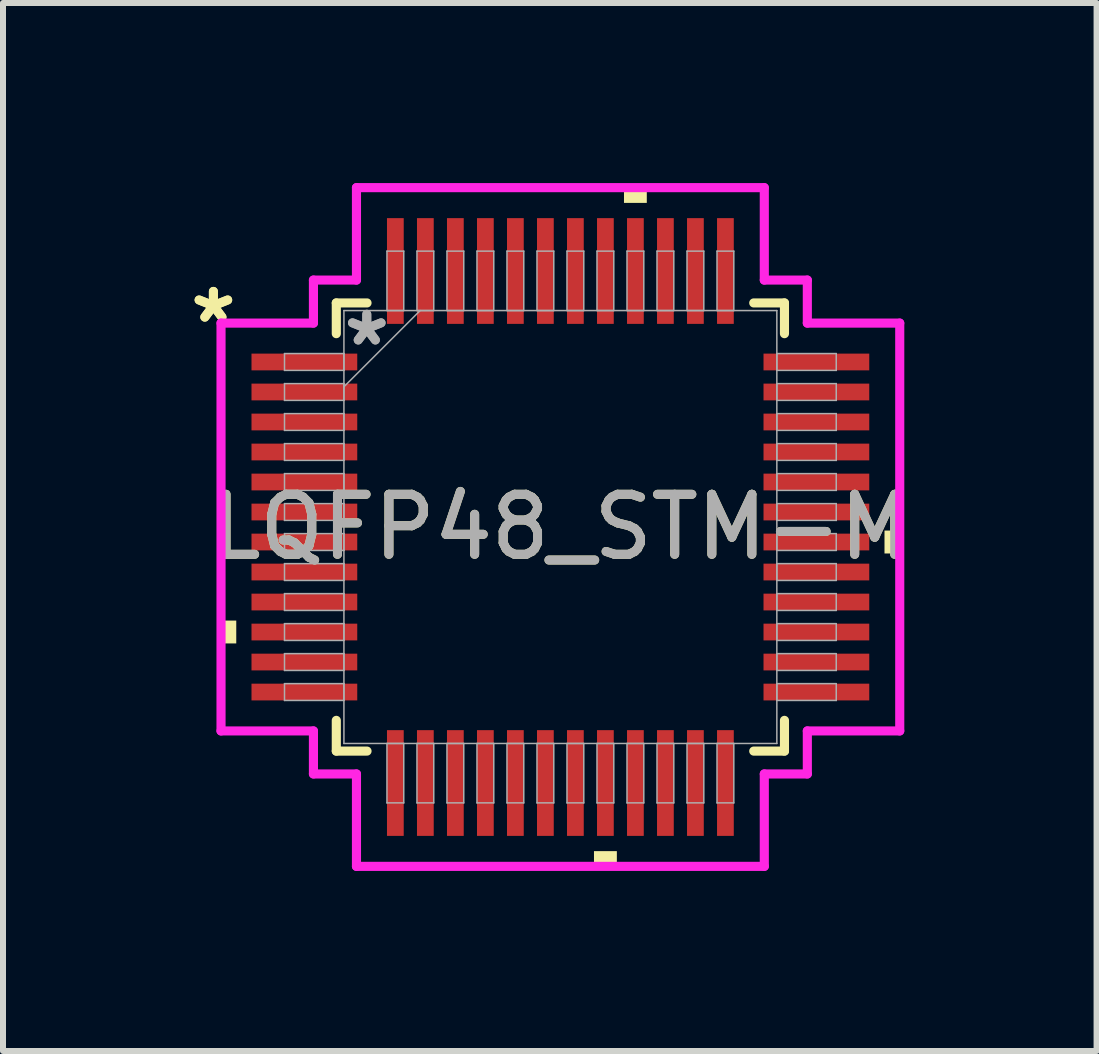
<source format=kicad_pcb>
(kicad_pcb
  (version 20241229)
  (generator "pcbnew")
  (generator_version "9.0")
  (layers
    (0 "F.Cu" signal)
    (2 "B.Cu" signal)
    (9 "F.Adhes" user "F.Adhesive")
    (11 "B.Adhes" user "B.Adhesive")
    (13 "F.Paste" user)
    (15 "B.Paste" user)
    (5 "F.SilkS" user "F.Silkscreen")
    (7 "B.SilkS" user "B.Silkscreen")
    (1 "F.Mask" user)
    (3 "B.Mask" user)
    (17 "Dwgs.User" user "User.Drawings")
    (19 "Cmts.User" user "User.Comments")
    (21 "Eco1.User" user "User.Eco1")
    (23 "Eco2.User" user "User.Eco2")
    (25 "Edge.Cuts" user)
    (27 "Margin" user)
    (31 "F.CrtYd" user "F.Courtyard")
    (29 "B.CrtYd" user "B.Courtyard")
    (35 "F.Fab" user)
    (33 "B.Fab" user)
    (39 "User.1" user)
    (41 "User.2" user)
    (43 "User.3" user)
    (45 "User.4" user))
  (footprint "LQFP48_STM-M"
    (layer "F.Cu")
    (at 6.288 5.732)
    (property "Reference" "LQFP48_STM-M" (at 0 0 0) (unlocked yes) (layer "F.SilkS") (effects (font (size 1 1) (thickness 0.15))))
    (attr smd)
    (fp_line (start -3.734 -3.734) (end -3.734 -3.222) (stroke (width 0.152) (type solid)) (layer "F.SilkS"))
    (fp_line (start -3.734 3.222) (end -3.734 3.734) (stroke (width 0.152) (type solid)) (layer "F.SilkS"))
    (fp_line (start -3.734 3.734) (end -3.222 3.734) (stroke (width 0.152) (type solid)) (layer "F.SilkS"))
    (fp_line (start -3.222 -3.734) (end -3.734 -3.734) (stroke (width 0.152) (type solid)) (layer "F.SilkS"))
    (fp_line (start 3.222 3.734) (end 3.734 3.734) (stroke (width 0.152) (type solid)) (layer "F.SilkS"))
    (fp_line (start 3.734 -3.734) (end 3.222 -3.734) (stroke (width 0.152) (type solid)) (layer "F.SilkS"))
    (fp_line (start 3.734 -3.222) (end 3.734 -3.734) (stroke (width 0.152) (type solid)) (layer "F.SilkS"))
    (fp_line (start 3.734 3.734) (end 3.734 3.222) (stroke (width 0.152) (type solid)) (layer "F.SilkS"))
    (fp_poly (pts (xy -5.655 1.559) (xy -5.655 1.94) (xy -5.401 1.94) (xy -5.401 1.559)) (stroke (width 0) (type solid)) (fill yes) (layer "F.SilkS"))
    (fp_poly (pts (xy 0.56 5.401) (xy 0.56 5.655) (xy 0.941 5.655) (xy 0.941 5.401)) (stroke (width 0) (type solid)) (fill yes) (layer "F.SilkS"))
    (fp_poly (pts (xy 1.06 -5.401) (xy 1.06 -5.655) (xy 1.44 -5.655) (xy 1.44 -5.401)) (stroke (width 0) (type solid)) (fill yes) (layer "F.SilkS"))
    (fp_poly (pts (xy 5.655 0.059) (xy 5.655 0.441) (xy 5.401 0.441) (xy 5.401 0.059)) (stroke (width 0) (type solid)) (fill yes) (layer "F.SilkS"))
    (fp_line (start -5.655 -3.398) (end -4.115 -3.398) (stroke (width 0.152) (type solid)) (layer "F.CrtYd"))
    (fp_line (start -5.655 3.398) (end -5.655 -3.398) (stroke (width 0.152) (type solid)) (layer "F.CrtYd"))
    (fp_line (start -4.115 -4.115) (end -3.398 -4.115) (stroke (width 0.152) (type solid)) (layer "F.CrtYd"))
    (fp_line (start -4.115 -3.398) (end -4.115 -4.115) (stroke (width 0.152) (type solid)) (layer "F.CrtYd"))
    (fp_line (start -4.115 3.398) (end -5.655 3.398) (stroke (width 0.152) (type solid)) (layer "F.CrtYd"))
    (fp_line (start -4.115 4.115) (end -4.115 3.398) (stroke (width 0.152) (type solid)) (layer "F.CrtYd"))
    (fp_line (start -4.115 4.115) (end -3.398 4.115) (stroke (width 0.152) (type solid)) (layer "F.CrtYd"))
    (fp_line (start -3.398 -5.655) (end 3.398 -5.655) (stroke (width 0.152) (type solid)) (layer "F.CrtYd"))
    (fp_line (start -3.398 -4.115) (end -3.398 -5.655) (stroke (width 0.152) (type solid)) (layer "F.CrtYd"))
    (fp_line (start -3.398 4.115) (end -3.398 5.655) (stroke (width 0.152) (type solid)) (layer "F.CrtYd"))
    (fp_line (start -3.398 5.655) (end 3.398 5.655) (stroke (width 0.152) (type solid)) (layer "F.CrtYd"))
    (fp_line (start 3.398 -5.655) (end 3.398 -4.115) (stroke (width 0.152) (type solid)) (layer "F.CrtYd"))
    (fp_line (start 3.398 -4.115) (end 4.115 -4.115) (stroke (width 0.152) (type solid)) (layer "F.CrtYd"))
    (fp_line (start 3.398 4.115) (end 4.115 4.115) (stroke (width 0.152) (type solid)) (layer "F.CrtYd"))
    (fp_line (start 3.398 5.655) (end 3.398 4.115) (stroke (width 0.152) (type solid)) (layer "F.CrtYd"))
    (fp_line (start 4.115 -3.398) (end 4.115 -4.115) (stroke (width 0.152) (type solid)) (layer "F.CrtYd"))
    (fp_line (start 4.115 3.398) (end 5.655 3.398) (stroke (width 0.152) (type solid)) (layer "F.CrtYd"))
    (fp_line (start 4.115 4.115) (end 4.115 3.398) (stroke (width 0.152) (type solid)) (layer "F.CrtYd"))
    (fp_line (start 5.655 -3.398) (end 4.115 -3.398) (stroke (width 0.152) (type solid)) (layer "F.CrtYd"))
    (fp_line (start 5.655 3.398) (end 5.655 -3.398) (stroke (width 0.152) (type solid)) (layer "F.CrtYd"))
    (fp_line (start -4.597 -2.89) (end -4.597 -2.61) (stroke (width 0.025) (type solid)) (layer "F.Fab"))
    (fp_line (start -4.597 -2.61) (end -3.607 -2.61) (stroke (width 0.025) (type solid)) (layer "F.Fab"))
    (fp_line (start -4.597 -2.39) (end -4.597 -2.11) (stroke (width 0.025) (type solid)) (layer "F.Fab"))
    (fp_line (start -4.597 -2.11) (end -3.607 -2.11) (stroke (width 0.025) (type solid)) (layer "F.Fab"))
    (fp_line (start -4.597 -1.89) (end -4.597 -1.61) (stroke (width 0.025) (type solid)) (layer "F.Fab"))
    (fp_line (start -4.597 -1.61) (end -3.607 -1.61) (stroke (width 0.025) (type solid)) (layer "F.Fab"))
    (fp_line (start -4.597 -1.39) (end -4.597 -1.11) (stroke (width 0.025) (type solid)) (layer "F.Fab"))
    (fp_line (start -4.597 -1.11) (end -3.607 -1.11) (stroke (width 0.025) (type solid)) (layer "F.Fab"))
    (fp_line (start -4.597 -0.89) (end -4.597 -0.61) (stroke (width 0.025) (type solid)) (layer "F.Fab"))
    (fp_line (start -4.597 -0.61) (end -3.607 -0.61) (stroke (width 0.025) (type solid)) (layer "F.Fab"))
    (fp_line (start -4.597 -0.39) (end -4.597 -0.11) (stroke (width 0.025) (type solid)) (layer "F.Fab"))
    (fp_line (start -4.597 -0.11) (end -3.607 -0.11) (stroke (width 0.025) (type solid)) (layer "F.Fab"))
    (fp_line (start -4.597 0.11) (end -4.597 0.39) (stroke (width 0.025) (type solid)) (layer "F.Fab"))
    (fp_line (start -4.597 0.39) (end -3.607 0.39) (stroke (width 0.025) (type solid)) (layer "F.Fab"))
    (fp_line (start -4.597 0.61) (end -4.597 0.89) (stroke (width 0.025) (type solid)) (layer "F.Fab"))
    (fp_line (start -4.597 0.89) (end -3.607 0.89) (stroke (width 0.025) (type solid)) (layer "F.Fab"))
    (fp_line (start -4.597 1.11) (end -4.597 1.39) (stroke (width 0.025) (type solid)) (layer "F.Fab"))
    (fp_line (start -4.597 1.39) (end -3.607 1.39) (stroke (width 0.025) (type solid)) (layer "F.Fab"))
    (fp_line (start -4.597 1.61) (end -4.597 1.89) (stroke (width 0.025) (type solid)) (layer "F.Fab"))
    (fp_line (start -4.597 1.89) (end -3.607 1.89) (stroke (width 0.025) (type solid)) (layer "F.Fab"))
    (fp_line (start -4.597 2.11) (end -4.597 2.39) (stroke (width 0.025) (type solid)) (layer "F.Fab"))
    (fp_line (start -4.597 2.39) (end -3.607 2.39) (stroke (width 0.025) (type solid)) (layer "F.Fab"))
    (fp_line (start -4.597 2.61) (end -4.597 2.89) (stroke (width 0.025) (type solid)) (layer "F.Fab"))
    (fp_line (start -4.597 2.89) (end -3.607 2.89) (stroke (width 0.025) (type solid)) (layer "F.Fab"))
    (fp_line (start -3.607 -3.607) (end -3.607 3.607) (stroke (width 0.025) (type solid)) (layer "F.Fab"))
    (fp_line (start -3.607 -2.89) (end -4.597 -2.89) (stroke (width 0.025) (type solid)) (layer "F.Fab"))
    (fp_line (start -3.607 -2.61) (end -3.607 -2.89) (stroke (width 0.025) (type solid)) (layer "F.Fab"))
    (fp_line (start -3.607 -2.39) (end -4.597 -2.39) (stroke (width 0.025) (type solid)) (layer "F.Fab"))
    (fp_line (start -3.607 -2.337) (end -2.337 -3.607) (stroke (width 0.025) (type solid)) (layer "F.Fab"))
    (fp_line (start -3.607 -2.11) (end -3.607 -2.39) (stroke (width 0.025) (type solid)) (layer "F.Fab"))
    (fp_line (start -3.607 -1.89) (end -4.597 -1.89) (stroke (width 0.025) (type solid)) (layer "F.Fab"))
    (fp_line (start -3.607 -1.61) (end -3.607 -1.89) (stroke (width 0.025) (type solid)) (layer "F.Fab"))
    (fp_line (start -3.607 -1.39) (end -4.597 -1.39) (stroke (width 0.025) (type solid)) (layer "F.Fab"))
    (fp_line (start -3.607 -1.11) (end -3.607 -1.39) (stroke (width 0.025) (type solid)) (layer "F.Fab"))
    (fp_line (start -3.607 -0.89) (end -4.597 -0.89) (stroke (width 0.025) (type solid)) (layer "F.Fab"))
    (fp_line (start -3.607 -0.61) (end -3.607 -0.89) (stroke (width 0.025) (type solid)) (layer "F.Fab"))
    (fp_line (start -3.607 -0.39) (end -4.597 -0.39) (stroke (width 0.025) (type solid)) (layer "F.Fab"))
    (fp_line (start -3.607 -0.11) (end -3.607 -0.39) (stroke (width 0.025) (type solid)) (layer "F.Fab"))
    (fp_line (start -3.607 0.11) (end -4.597 0.11) (stroke (width 0.025) (type solid)) (layer "F.Fab"))
    (fp_line (start -3.607 0.39) (end -3.607 0.11) (stroke (width 0.025) (type solid)) (layer "F.Fab"))
    (fp_line (start -3.607 0.61) (end -4.597 0.61) (stroke (width 0.025) (type solid)) (layer "F.Fab"))
    (fp_line (start -3.607 0.89) (end -3.607 0.61) (stroke (width 0.025) (type solid)) (layer "F.Fab"))
    (fp_line (start -3.607 1.11) (end -4.597 1.11) (stroke (width 0.025) (type solid)) (layer "F.Fab"))
    (fp_line (start -3.607 1.39) (end -3.607 1.11) (stroke (width 0.025) (type solid)) (layer "F.Fab"))
    (fp_line (start -3.607 1.61) (end -4.597 1.61) (stroke (width 0.025) (type solid)) (layer "F.Fab"))
    (fp_line (start -3.607 1.89) (end -3.607 1.61) (stroke (width 0.025) (type solid)) (layer "F.Fab"))
    (fp_line (start -3.607 2.11) (end -4.597 2.11) (stroke (width 0.025) (type solid)) (layer "F.Fab"))
    (fp_line (start -3.607 2.39) (end -3.607 2.11) (stroke (width 0.025) (type solid)) (layer "F.Fab"))
    (fp_line (start -3.607 2.61) (end -4.597 2.61) (stroke (width 0.025) (type solid)) (layer "F.Fab"))
    (fp_line (start -3.607 2.89) (end -3.607 2.61) (stroke (width 0.025) (type solid)) (layer "F.Fab"))
    (fp_line (start -3.607 3.607) (end 3.607 3.607) (stroke (width 0.025) (type solid)) (layer "F.Fab"))
    (fp_line (start -2.89 -4.597) (end -2.89 -3.607) (stroke (width 0.025) (type solid)) (layer "F.Fab"))
    (fp_line (start -2.89 -3.607) (end -2.61 -3.607) (stroke (width 0.025) (type solid)) (layer "F.Fab"))
    (fp_line (start -2.89 3.607) (end -2.89 4.597) (stroke (width 0.025) (type solid)) (layer "F.Fab"))
    (fp_line (start -2.89 4.597) (end -2.61 4.597) (stroke (width 0.025) (type solid)) (layer "F.Fab"))
    (fp_line (start -2.61 -4.597) (end -2.89 -4.597) (stroke (width 0.025) (type solid)) (layer "F.Fab"))
    (fp_line (start -2.61 -3.607) (end -2.61 -4.597) (stroke (width 0.025) (type solid)) (layer "F.Fab"))
    (fp_line (start -2.61 3.607) (end -2.89 3.607) (stroke (width 0.025) (type solid)) (layer "F.Fab"))
    (fp_line (start -2.61 4.597) (end -2.61 3.607) (stroke (width 0.025) (type solid)) (layer "F.Fab"))
    (fp_line (start -2.39 -4.597) (end -2.39 -3.607) (stroke (width 0.025) (type solid)) (layer "F.Fab"))
    (fp_line (start -2.39 -3.607) (end -2.11 -3.607) (stroke (width 0.025) (type solid)) (layer "F.Fab"))
    (fp_line (start -2.39 3.607) (end -2.39 4.597) (stroke (width 0.025) (type solid)) (layer "F.Fab"))
    (fp_line (start -2.39 4.597) (end -2.11 4.597) (stroke (width 0.025) (type solid)) (layer "F.Fab"))
    (fp_line (start -2.11 -4.597) (end -2.39 -4.597) (stroke (width 0.025) (type solid)) (layer "F.Fab"))
    (fp_line (start -2.11 -3.607) (end -2.11 -4.597) (stroke (width 0.025) (type solid)) (layer "F.Fab"))
    (fp_line (start -2.11 3.607) (end -2.39 3.607) (stroke (width 0.025) (type solid)) (layer "F.Fab"))
    (fp_line (start -2.11 4.597) (end -2.11 3.607) (stroke (width 0.025) (type solid)) (layer "F.Fab"))
    (fp_line (start -1.89 -4.597) (end -1.89 -3.607) (stroke (width 0.025) (type solid)) (layer "F.Fab"))
    (fp_line (start -1.89 -3.607) (end -1.61 -3.607) (stroke (width 0.025) (type solid)) (layer "F.Fab"))
    (fp_line (start -1.89 3.607) (end -1.89 4.597) (stroke (width 0.025) (type solid)) (layer "F.Fab"))
    (fp_line (start -1.89 4.597) (end -1.61 4.597) (stroke (width 0.025) (type solid)) (layer "F.Fab"))
    (fp_line (start -1.61 -4.597) (end -1.89 -4.597) (stroke (width 0.025) (type solid)) (layer "F.Fab"))
    (fp_line (start -1.61 -3.607) (end -1.61 -4.597) (stroke (width 0.025) (type solid)) (layer "F.Fab"))
    (fp_line (start -1.61 3.607) (end -1.89 3.607) (stroke (width 0.025) (type solid)) (layer "F.Fab"))
    (fp_line (start -1.61 4.597) (end -1.61 3.607) (stroke (width 0.025) (type solid)) (layer "F.Fab"))
    (fp_line (start -1.39 -4.597) (end -1.39 -3.607) (stroke (width 0.025) (type solid)) (layer "F.Fab"))
    (fp_line (start -1.39 -3.607) (end -1.11 -3.607) (stroke (width 0.025) (type solid)) (layer "F.Fab"))
    (fp_line (start -1.39 3.607) (end -1.39 4.597) (stroke (width 0.025) (type solid)) (layer "F.Fab"))
    (fp_line (start -1.39 4.597) (end -1.11 4.597) (stroke (width 0.025) (type solid)) (layer "F.Fab"))
    (fp_line (start -1.11 -4.597) (end -1.39 -4.597) (stroke (width 0.025) (type solid)) (layer "F.Fab"))
    (fp_line (start -1.11 -3.607) (end -1.11 -4.597) (stroke (width 0.025) (type solid)) (layer "F.Fab"))
    (fp_line (start -1.11 3.607) (end -1.39 3.607) (stroke (width 0.025) (type solid)) (layer "F.Fab"))
    (fp_line (start -1.11 4.597) (end -1.11 3.607) (stroke (width 0.025) (type solid)) (layer "F.Fab"))
    (fp_line (start -0.89 -4.597) (end -0.89 -3.607) (stroke (width 0.025) (type solid)) (layer "F.Fab"))
    (fp_line (start -0.89 -3.607) (end -0.61 -3.607) (stroke (width 0.025) (type solid)) (layer "F.Fab"))
    (fp_line (start -0.89 3.607) (end -0.89 4.597) (stroke (width 0.025) (type solid)) (layer "F.Fab"))
    (fp_line (start -0.89 4.597) (end -0.61 4.597) (stroke (width 0.025) (type solid)) (layer "F.Fab"))
    (fp_line (start -0.61 -4.597) (end -0.89 -4.597) (stroke (width 0.025) (type solid)) (layer "F.Fab"))
    (fp_line (start -0.61 -3.607) (end -0.61 -4.597) (stroke (width 0.025) (type solid)) (layer "F.Fab"))
    (fp_line (start -0.61 3.607) (end -0.89 3.607) (stroke (width 0.025) (type solid)) (layer "F.Fab"))
    (fp_line (start -0.61 4.597) (end -0.61 3.607) (stroke (width 0.025) (type solid)) (layer "F.Fab"))
    (fp_line (start -0.39 -4.597) (end -0.39 -3.607) (stroke (width 0.025) (type solid)) (layer "F.Fab"))
    (fp_line (start -0.39 -3.607) (end -0.11 -3.607) (stroke (width 0.025) (type solid)) (layer "F.Fab"))
    (fp_line (start -0.39 3.607) (end -0.39 4.597) (stroke (width 0.025) (type solid)) (layer "F.Fab"))
    (fp_line (start -0.39 4.597) (end -0.11 4.597) (stroke (width 0.025) (type solid)) (layer "F.Fab"))
    (fp_line (start -0.11 -4.597) (end -0.39 -4.597) (stroke (width 0.025) (type solid)) (layer "F.Fab"))
    (fp_line (start -0.11 -3.607) (end -0.11 -4.597) (stroke (width 0.025) (type solid)) (layer "F.Fab"))
    (fp_line (start -0.11 3.607) (end -0.39 3.607) (stroke (width 0.025) (type solid)) (layer "F.Fab"))
    (fp_line (start -0.11 4.597) (end -0.11 3.607) (stroke (width 0.025) (type solid)) (layer "F.Fab"))
    (fp_line (start 0.11 -4.597) (end 0.11 -3.607) (stroke (width 0.025) (type solid)) (layer "F.Fab"))
    (fp_line (start 0.11 -3.607) (end 0.39 -3.607) (stroke (width 0.025) (type solid)) (layer "F.Fab"))
    (fp_line (start 0.11 3.607) (end 0.11 4.597) (stroke (width 0.025) (type solid)) (layer "F.Fab"))
    (fp_line (start 0.11 4.597) (end 0.39 4.597) (stroke (width 0.025) (type solid)) (layer "F.Fab"))
    (fp_line (start 0.39 -4.597) (end 0.11 -4.597) (stroke (width 0.025) (type solid)) (layer "F.Fab"))
    (fp_line (start 0.39 -3.607) (end 0.39 -4.597) (stroke (width 0.025) (type solid)) (layer "F.Fab"))
    (fp_line (start 0.39 3.607) (end 0.11 3.607) (stroke (width 0.025) (type solid)) (layer "F.Fab"))
    (fp_line (start 0.39 4.597) (end 0.39 3.607) (stroke (width 0.025) (type solid)) (layer "F.Fab"))
    (fp_line (start 0.61 -4.597) (end 0.61 -3.607) (stroke (width 0.025) (type solid)) (layer "F.Fab"))
    (fp_line (start 0.61 -3.607) (end 0.89 -3.607) (stroke (width 0.025) (type solid)) (layer "F.Fab"))
    (fp_line (start 0.61 3.607) (end 0.61 4.597) (stroke (width 0.025) (type solid)) (layer "F.Fab"))
    (fp_line (start 0.61 4.597) (end 0.89 4.597) (stroke (width 0.025) (type solid)) (layer "F.Fab"))
    (fp_line (start 0.89 -4.597) (end 0.61 -4.597) (stroke (width 0.025) (type solid)) (layer "F.Fab"))
    (fp_line (start 0.89 -3.607) (end 0.89 -4.597) (stroke (width 0.025) (type solid)) (layer "F.Fab"))
    (fp_line (start 0.89 3.607) (end 0.61 3.607) (stroke (width 0.025) (type solid)) (layer "F.Fab"))
    (fp_line (start 0.89 4.597) (end 0.89 3.607) (stroke (width 0.025) (type solid)) (layer "F.Fab"))
    (fp_line (start 1.11 -4.597) (end 1.11 -3.607) (stroke (width 0.025) (type solid)) (layer "F.Fab"))
    (fp_line (start 1.11 -3.607) (end 1.39 -3.607) (stroke (width 0.025) (type solid)) (layer "F.Fab"))
    (fp_line (start 1.11 3.607) (end 1.11 4.597) (stroke (width 0.025) (type solid)) (layer "F.Fab"))
    (fp_line (start 1.11 4.597) (end 1.39 4.597) (stroke (width 0.025) (type solid)) (layer "F.Fab"))
    (fp_line (start 1.39 -4.597) (end 1.11 -4.597) (stroke (width 0.025) (type solid)) (layer "F.Fab"))
    (fp_line (start 1.39 -3.607) (end 1.39 -4.597) (stroke (width 0.025) (type solid)) (layer "F.Fab"))
    (fp_line (start 1.39 3.607) (end 1.11 3.607) (stroke (width 0.025) (type solid)) (layer "F.Fab"))
    (fp_line (start 1.39 4.597) (end 1.39 3.607) (stroke (width 0.025) (type solid)) (layer "F.Fab"))
    (fp_line (start 1.61 -4.597) (end 1.61 -3.607) (stroke (width 0.025) (type solid)) (layer "F.Fab"))
    (fp_line (start 1.61 -3.607) (end 1.89 -3.607) (stroke (width 0.025) (type solid)) (layer "F.Fab"))
    (fp_line (start 1.61 3.607) (end 1.61 4.597) (stroke (width 0.025) (type solid)) (layer "F.Fab"))
    (fp_line (start 1.61 4.597) (end 1.89 4.597) (stroke (width 0.025) (type solid)) (layer "F.Fab"))
    (fp_line (start 1.89 -4.597) (end 1.61 -4.597) (stroke (width 0.025) (type solid)) (layer "F.Fab"))
    (fp_line (start 1.89 -3.607) (end 1.89 -4.597) (stroke (width 0.025) (type solid)) (layer "F.Fab"))
    (fp_line (start 1.89 3.607) (end 1.61 3.607) (stroke (width 0.025) (type solid)) (layer "F.Fab"))
    (fp_line (start 1.89 4.597) (end 1.89 3.607) (stroke (width 0.025) (type solid)) (layer "F.Fab"))
    (fp_line (start 2.11 -4.597) (end 2.11 -3.607) (stroke (width 0.025) (type solid)) (layer "F.Fab"))
    (fp_line (start 2.11 -3.607) (end 2.39 -3.607) (stroke (width 0.025) (type solid)) (layer "F.Fab"))
    (fp_line (start 2.11 3.607) (end 2.11 4.597) (stroke (width 0.025) (type solid)) (layer "F.Fab"))
    (fp_line (start 2.11 4.597) (end 2.39 4.597) (stroke (width 0.025) (type solid)) (layer "F.Fab"))
    (fp_line (start 2.39 -4.597) (end 2.11 -4.597) (stroke (width 0.025) (type solid)) (layer "F.Fab"))
    (fp_line (start 2.39 -3.607) (end 2.39 -4.597) (stroke (width 0.025) (type solid)) (layer "F.Fab"))
    (fp_line (start 2.39 3.607) (end 2.11 3.607) (stroke (width 0.025) (type solid)) (layer "F.Fab"))
    (fp_line (start 2.39 4.597) (end 2.39 3.607) (stroke (width 0.025) (type solid)) (layer "F.Fab"))
    (fp_line (start 2.61 -4.597) (end 2.61 -3.607) (stroke (width 0.025) (type solid)) (layer "F.Fab"))
    (fp_line (start 2.61 -3.607) (end 2.89 -3.607) (stroke (width 0.025) (type solid)) (layer "F.Fab"))
    (fp_line (start 2.61 3.607) (end 2.61 4.597) (stroke (width 0.025) (type solid)) (layer "F.Fab"))
    (fp_line (start 2.61 4.597) (end 2.89 4.597) (stroke (width 0.025) (type solid)) (layer "F.Fab"))
    (fp_line (start 2.89 -4.597) (end 2.61 -4.597) (stroke (width 0.025) (type solid)) (layer "F.Fab"))
    (fp_line (start 2.89 -3.607) (end 2.89 -4.597) (stroke (width 0.025) (type solid)) (layer "F.Fab"))
    (fp_line (start 2.89 3.607) (end 2.61 3.607) (stroke (width 0.025) (type solid)) (layer "F.Fab"))
    (fp_line (start 2.89 4.597) (end 2.89 3.607) (stroke (width 0.025) (type solid)) (layer "F.Fab"))
    (fp_line (start 3.607 -3.607) (end -3.607 -3.607) (stroke (width 0.025) (type solid)) (layer "F.Fab"))
    (fp_line (start 3.607 -2.89) (end 3.607 -2.61) (stroke (width 0.025) (type solid)) (layer "F.Fab"))
    (fp_line (start 3.607 -2.61) (end 4.597 -2.61) (stroke (width 0.025) (type solid)) (layer "F.Fab"))
    (fp_line (start 3.607 -2.39) (end 3.607 -2.11) (stroke (width 0.025) (type solid)) (layer "F.Fab"))
    (fp_line (start 3.607 -2.11) (end 4.597 -2.11) (stroke (width 0.025) (type solid)) (layer "F.Fab"))
    (fp_line (start 3.607 -1.89) (end 3.607 -1.61) (stroke (width 0.025) (type solid)) (layer "F.Fab"))
    (fp_line (start 3.607 -1.61) (end 4.597 -1.61) (stroke (width 0.025) (type solid)) (layer "F.Fab"))
    (fp_line (start 3.607 -1.39) (end 3.607 -1.11) (stroke (width 0.025) (type solid)) (layer "F.Fab"))
    (fp_line (start 3.607 -1.11) (end 4.597 -1.11) (stroke (width 0.025) (type solid)) (layer "F.Fab"))
    (fp_line (start 3.607 -0.89) (end 3.607 -0.61) (stroke (width 0.025) (type solid)) (layer "F.Fab"))
    (fp_line (start 3.607 -0.61) (end 4.597 -0.61) (stroke (width 0.025) (type solid)) (layer "F.Fab"))
    (fp_line (start 3.607 -0.39) (end 3.607 -0.11) (stroke (width 0.025) (type solid)) (layer "F.Fab"))
    (fp_line (start 3.607 -0.11) (end 4.597 -0.11) (stroke (width 0.025) (type solid)) (layer "F.Fab"))
    (fp_line (start 3.607 0.11) (end 3.607 0.39) (stroke (width 0.025) (type solid)) (layer "F.Fab"))
    (fp_line (start 3.607 0.39) (end 4.597 0.39) (stroke (width 0.025) (type solid)) (layer "F.Fab"))
    (fp_line (start 3.607 0.61) (end 3.607 0.89) (stroke (width 0.025) (type solid)) (layer "F.Fab"))
    (fp_line (start 3.607 0.89) (end 4.597 0.89) (stroke (width 0.025) (type solid)) (layer "F.Fab"))
    (fp_line (start 3.607 1.11) (end 3.607 1.39) (stroke (width 0.025) (type solid)) (layer "F.Fab"))
    (fp_line (start 3.607 1.39) (end 4.597 1.39) (stroke (width 0.025) (type solid)) (layer "F.Fab"))
    (fp_line (start 3.607 1.61) (end 3.607 1.89) (stroke (width 0.025) (type solid)) (layer "F.Fab"))
    (fp_line (start 3.607 1.89) (end 4.597 1.89) (stroke (width 0.025) (type solid)) (layer "F.Fab"))
    (fp_line (start 3.607 2.11) (end 3.607 2.39) (stroke (width 0.025) (type solid)) (layer "F.Fab"))
    (fp_line (start 3.607 2.39) (end 4.597 2.39) (stroke (width 0.025) (type solid)) (layer "F.Fab"))
    (fp_line (start 3.607 2.61) (end 3.607 2.89) (stroke (width 0.025) (type solid)) (layer "F.Fab"))
    (fp_line (start 3.607 2.89) (end 4.597 2.89) (stroke (width 0.025) (type solid)) (layer "F.Fab"))
    (fp_line (start 3.607 3.607) (end 3.607 -3.607) (stroke (width 0.025) (type solid)) (layer "F.Fab"))
    (fp_line (start 4.597 -2.89) (end 3.607 -2.89) (stroke (width 0.025) (type solid)) (layer "F.Fab"))
    (fp_line (start 4.597 -2.61) (end 4.597 -2.89) (stroke (width 0.025) (type solid)) (layer "F.Fab"))
    (fp_line (start 4.597 -2.39) (end 3.607 -2.39) (stroke (width 0.025) (type solid)) (layer "F.Fab"))
    (fp_line (start 4.597 -2.11) (end 4.597 -2.39) (stroke (width 0.025) (type solid)) (layer "F.Fab"))
    (fp_line (start 4.597 -1.89) (end 3.607 -1.89) (stroke (width 0.025) (type solid)) (layer "F.Fab"))
    (fp_line (start 4.597 -1.61) (end 4.597 -1.89) (stroke (width 0.025) (type solid)) (layer "F.Fab"))
    (fp_line (start 4.597 -1.39) (end 3.607 -1.39) (stroke (width 0.025) (type solid)) (layer "F.Fab"))
    (fp_line (start 4.597 -1.11) (end 4.597 -1.39) (stroke (width 0.025) (type solid)) (layer "F.Fab"))
    (fp_line (start 4.597 -0.89) (end 3.607 -0.89) (stroke (width 0.025) (type solid)) (layer "F.Fab"))
    (fp_line (start 4.597 -0.61) (end 4.597 -0.89) (stroke (width 0.025) (type solid)) (layer "F.Fab"))
    (fp_line (start 4.597 -0.39) (end 3.607 -0.39) (stroke (width 0.025) (type solid)) (layer "F.Fab"))
    (fp_line (start 4.597 -0.11) (end 4.597 -0.39) (stroke (width 0.025) (type solid)) (layer "F.Fab"))
    (fp_line (start 4.597 0.11) (end 3.607 0.11) (stroke (width 0.025) (type solid)) (layer "F.Fab"))
    (fp_line (start 4.597 0.39) (end 4.597 0.11) (stroke (width 0.025) (type solid)) (layer "F.Fab"))
    (fp_line (start 4.597 0.61) (end 3.607 0.61) (stroke (width 0.025) (type solid)) (layer "F.Fab"))
    (fp_line (start 4.597 0.89) (end 4.597 0.61) (stroke (width 0.025) (type solid)) (layer "F.Fab"))
    (fp_line (start 4.597 1.11) (end 3.607 1.11) (stroke (width 0.025) (type solid)) (layer "F.Fab"))
    (fp_line (start 4.597 1.39) (end 4.597 1.11) (stroke (width 0.025) (type solid)) (layer "F.Fab"))
    (fp_line (start 4.597 1.61) (end 3.607 1.61) (stroke (width 0.025) (type solid)) (layer "F.Fab"))
    (fp_line (start 4.597 1.89) (end 4.597 1.61) (stroke (width 0.025) (type solid)) (layer "F.Fab"))
    (fp_line (start 4.597 2.11) (end 3.607 2.11) (stroke (width 0.025) (type solid)) (layer "F.Fab"))
    (fp_line (start 4.597 2.39) (end 4.597 2.11) (stroke (width 0.025) (type solid)) (layer "F.Fab"))
    (fp_line (start 4.597 2.61) (end 3.607 2.61) (stroke (width 0.025) (type solid)) (layer "F.Fab"))
    (fp_line (start 4.597 2.89) (end 4.597 2.61) (stroke (width 0.025) (type solid)) (layer "F.Fab"))
    (fp_text user "*" (at -5.782 -3.381 0) (layer "F.SilkS") (effects (font (size 1 1) (thickness 0.15))))
    (fp_text user "*" (at -5.782 -3.381 0) (unlocked yes) (layer "F.SilkS") (effects (font (size 1 1) (thickness 0.15))))
    (fp_text user "*" (at -3.226 -3 0) (unlocked yes) (layer "F.Fab") (effects (font (size 1 1) (thickness 0.15))))
    (fp_text user "${REFERENCE}" (at 0 0 0) (unlocked yes) (layer "F.Fab") (effects (font (size 1 1) (thickness 0.15))))
    (fp_text user "*" (at -3.226 -3 0) (layer "F.Fab") (effects (font (size 1 1) (thickness 0.15))))
    (pad "1" smd rect (at -4.266 -2.75 90) (size 0.279 1.762) (layers "F.Cu" "F.Mask" "F.Paste"))
    (pad "2" smd rect (at -4.266 -2.25 90) (size 0.279 1.762) (layers "F.Cu" "F.Mask" "F.Paste"))
    (pad "3" smd rect (at -4.266 -1.75 90) (size 0.279 1.762) (layers "F.Cu" "F.Mask" "F.Paste"))
    (pad "4" smd rect (at -4.266 -1.25 90) (size 0.279 1.762) (layers "F.Cu" "F.Mask" "F.Paste"))
    (pad "5" smd rect (at -4.266 -0.75 90) (size 0.279 1.762) (layers "F.Cu" "F.Mask" "F.Paste"))
    (pad "6" smd rect (at -4.266 -0.25 90) (size 0.279 1.762) (layers "F.Cu" "F.Mask" "F.Paste"))
    (pad "7" smd rect (at -4.266 0.25 90) (size 0.279 1.762) (layers "F.Cu" "F.Mask" "F.Paste"))
    (pad "8" smd rect (at -4.266 0.75 90) (size 0.279 1.762) (layers "F.Cu" "F.Mask" "F.Paste"))
    (pad "9" smd rect (at -4.266 1.25 90) (size 0.279 1.762) (layers "F.Cu" "F.Mask" "F.Paste"))
    (pad "10" smd rect (at -4.266 1.75 90) (size 0.279 1.762) (layers "F.Cu" "F.Mask" "F.Paste"))
    (pad "11" smd rect (at -4.266 2.25 90) (size 0.279 1.762) (layers "F.Cu" "F.Mask" "F.Paste"))
    (pad "12" smd rect (at -4.266 2.75 90) (size 0.279 1.762) (layers "F.Cu" "F.Mask" "F.Paste"))
    (pad "13" smd rect (at -2.75 4.266) (size 0.279 1.762) (layers "F.Cu" "F.Mask" "F.Paste"))
    (pad "14" smd rect (at -2.25 4.266) (size 0.279 1.762) (layers "F.Cu" "F.Mask" "F.Paste"))
    (pad "15" smd rect (at -1.75 4.266) (size 0.279 1.762) (layers "F.Cu" "F.Mask" "F.Paste"))
    (pad "16" smd rect (at -1.25 4.266) (size 0.279 1.762) (layers "F.Cu" "F.Mask" "F.Paste"))
    (pad "17" smd rect (at -0.75 4.266) (size 0.279 1.762) (layers "F.Cu" "F.Mask" "F.Paste"))
    (pad "18" smd rect (at -0.25 4.266) (size 0.279 1.762) (layers "F.Cu" "F.Mask" "F.Paste"))
    (pad "19" smd rect (at 0.25 4.266) (size 0.279 1.762) (layers "F.Cu" "F.Mask" "F.Paste"))
    (pad "20" smd rect (at 0.75 4.266) (size 0.279 1.762) (layers "F.Cu" "F.Mask" "F.Paste"))
    (pad "21" smd rect (at 1.25 4.266) (size 0.279 1.762) (layers "F.Cu" "F.Mask" "F.Paste"))
    (pad "22" smd rect (at 1.75 4.266) (size 0.279 1.762) (layers "F.Cu" "F.Mask" "F.Paste"))
    (pad "23" smd rect (at 2.25 4.266) (size 0.279 1.762) (layers "F.Cu" "F.Mask" "F.Paste"))
    (pad "24" smd rect (at 2.75 4.266) (size 0.279 1.762) (layers "F.Cu" "F.Mask" "F.Paste"))
    (pad "25" smd rect (at 4.266 2.75 90) (size 0.279 1.762) (layers "F.Cu" "F.Mask" "F.Paste"))
    (pad "26" smd rect (at 4.266 2.25 90) (size 0.279 1.762) (layers "F.Cu" "F.Mask" "F.Paste"))
    (pad "27" smd rect (at 4.266 1.75 90) (size 0.279 1.762) (layers "F.Cu" "F.Mask" "F.Paste"))
    (pad "28" smd rect (at 4.266 1.25 90) (size 0.279 1.762) (layers "F.Cu" "F.Mask" "F.Paste"))
    (pad "29" smd rect (at 4.266 0.75 90) (size 0.279 1.762) (layers "F.Cu" "F.Mask" "F.Paste"))
    (pad "30" smd rect (at 4.266 0.25 90) (size 0.279 1.762) (layers "F.Cu" "F.Mask" "F.Paste"))
    (pad "31" smd rect (at 4.266 -0.25 90) (size 0.279 1.762) (layers "F.Cu" "F.Mask" "F.Paste"))
    (pad "32" smd rect (at 4.266 -0.75 90) (size 0.279 1.762) (layers "F.Cu" "F.Mask" "F.Paste"))
    (pad "33" smd rect (at 4.266 -1.25 90) (size 0.279 1.762) (layers "F.Cu" "F.Mask" "F.Paste"))
    (pad "34" smd rect (at 4.266 -1.75 90) (size 0.279 1.762) (layers "F.Cu" "F.Mask" "F.Paste"))
    (pad "35" smd rect (at 4.266 -2.25 90) (size 0.279 1.762) (layers "F.Cu" "F.Mask" "F.Paste"))
    (pad "36" smd rect (at 4.266 -2.75 90) (size 0.279 1.762) (layers "F.Cu" "F.Mask" "F.Paste"))
    (pad "37" smd rect (at 2.75 -4.266) (size 0.279 1.762) (layers "F.Cu" "F.Mask" "F.Paste"))
    (pad "38" smd rect (at 2.25 -4.266) (size 0.279 1.762) (layers "F.Cu" "F.Mask" "F.Paste"))
    (pad "39" smd rect (at 1.75 -4.266) (size 0.279 1.762) (layers "F.Cu" "F.Mask" "F.Paste"))
    (pad "40" smd rect (at 1.25 -4.266) (size 0.279 1.762) (layers "F.Cu" "F.Mask" "F.Paste"))
    (pad "41" smd rect (at 0.75 -4.266) (size 0.279 1.762) (layers "F.Cu" "F.Mask" "F.Paste"))
    (pad "42" smd rect (at 0.25 -4.266) (size 0.279 1.762) (layers "F.Cu" "F.Mask" "F.Paste"))
    (pad "43" smd rect (at -0.25 -4.266) (size 0.279 1.762) (layers "F.Cu" "F.Mask" "F.Paste"))
    (pad "44" smd rect (at -0.75 -4.266) (size 0.279 1.762) (layers "F.Cu" "F.Mask" "F.Paste"))
    (pad "45" smd rect (at -1.25 -4.266) (size 0.279 1.762) (layers "F.Cu" "F.Mask" "F.Paste"))
    (pad "46" smd rect (at -1.75 -4.266) (size 0.279 1.762) (layers "F.Cu" "F.Mask" "F.Paste"))
    (pad "47" smd rect (at -2.25 -4.266) (size 0.279 1.762) (layers "F.Cu" "F.Mask" "F.Paste"))
    (pad "48" smd rect (at -2.75 -4.266) (size 0.279 1.762) (layers "F.Cu" "F.Mask" "F.Paste")))
  (gr_rect
    (start -3 -3)
    (end 15.223 14.463)
    (stroke (width 0.1) (type default))
    (fill no)
    (layer "Edge.Cuts")))
</source>
